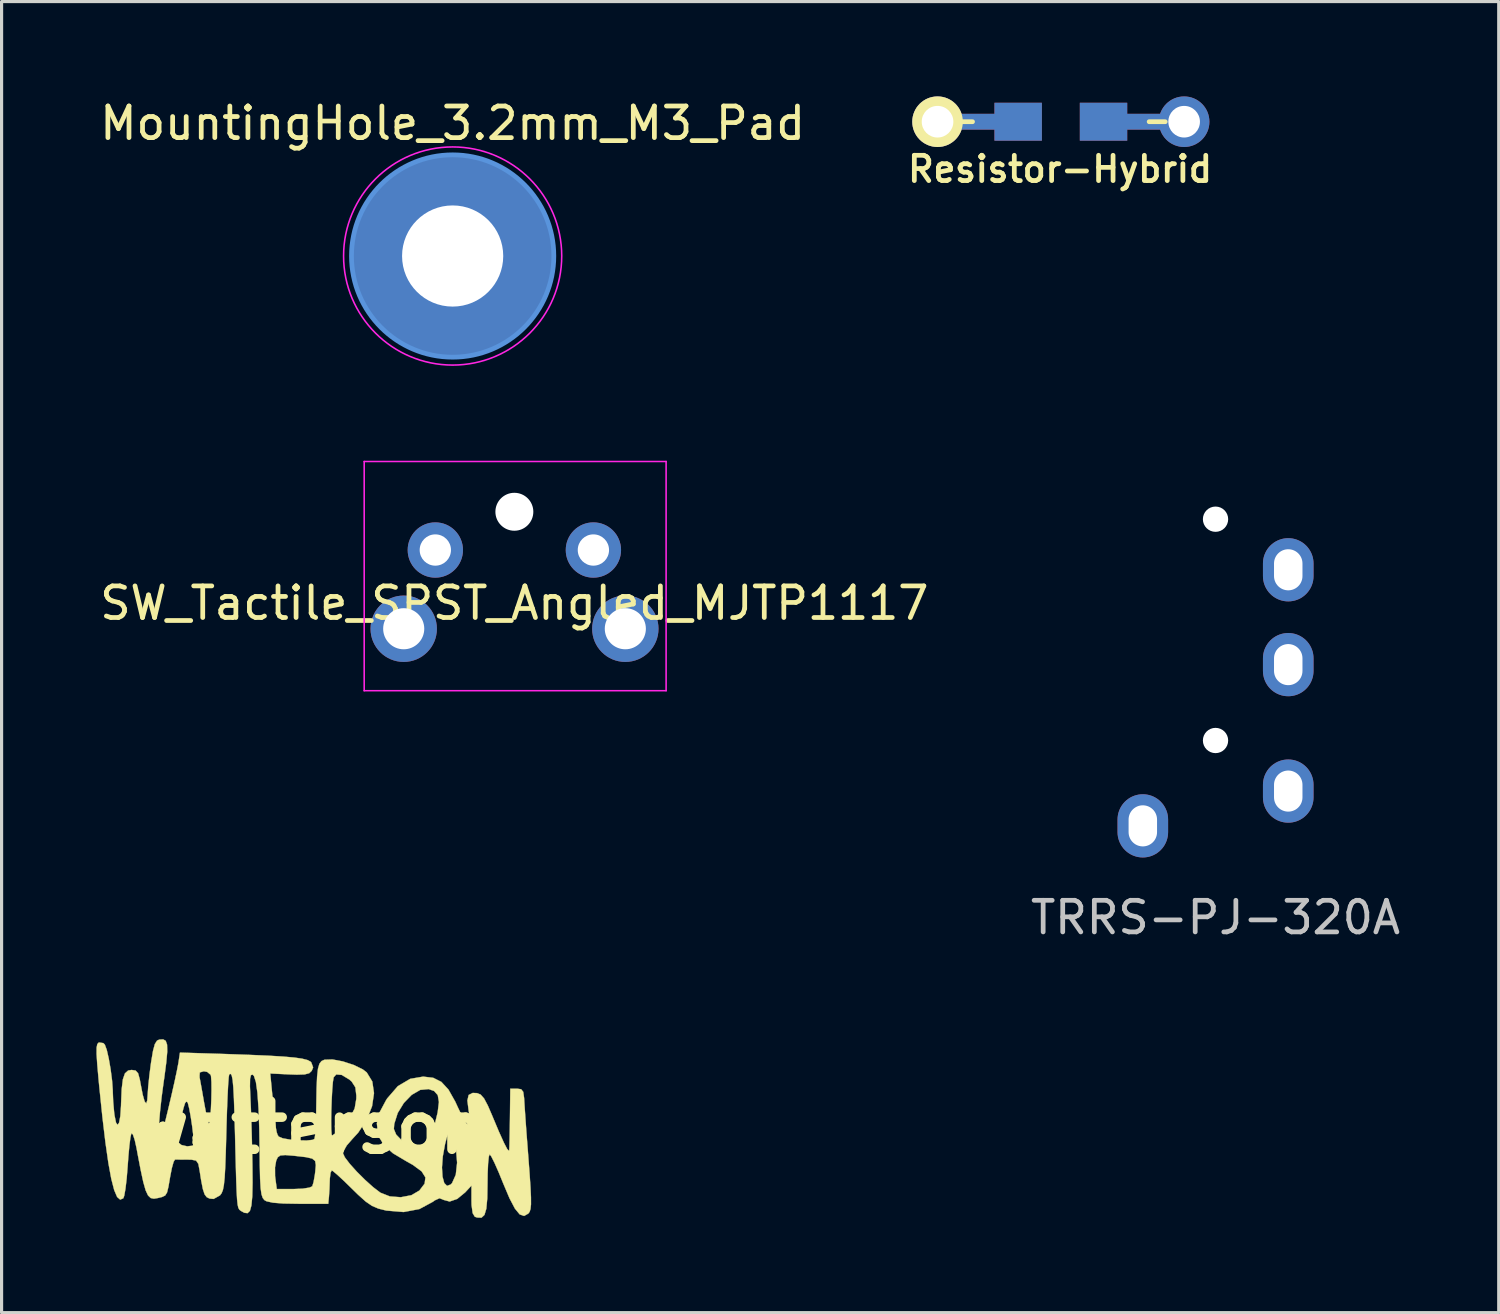
<source format=kicad_pcb>
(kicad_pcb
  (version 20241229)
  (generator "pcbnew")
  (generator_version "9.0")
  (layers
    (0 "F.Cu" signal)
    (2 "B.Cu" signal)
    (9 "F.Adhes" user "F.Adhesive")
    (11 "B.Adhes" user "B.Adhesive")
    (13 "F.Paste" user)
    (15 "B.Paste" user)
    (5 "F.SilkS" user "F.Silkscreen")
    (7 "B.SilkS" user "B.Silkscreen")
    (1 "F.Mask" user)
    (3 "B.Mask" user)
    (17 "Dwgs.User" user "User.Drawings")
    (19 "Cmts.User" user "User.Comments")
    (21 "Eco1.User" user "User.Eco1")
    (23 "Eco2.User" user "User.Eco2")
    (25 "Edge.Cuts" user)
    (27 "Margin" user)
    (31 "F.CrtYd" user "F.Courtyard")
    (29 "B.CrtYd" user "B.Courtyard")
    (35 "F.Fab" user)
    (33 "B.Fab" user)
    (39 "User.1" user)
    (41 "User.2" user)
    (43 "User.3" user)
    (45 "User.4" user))
  (footprint "Resistor-Hybrid"
    (layer "F.Cu")
    (at 30.506 0.8)
    (property "Reference" "Resistor-Hybrid" (at -0.025 1.5 0) (layer "F.SilkS") (effects (font (size 0.8 0.8) (thickness 0.15))))
    (attr smd)
    (fp_line (start -3.302 0) (end -2.794 0) (stroke (width 0.15) (type solid)) (layer "F.SilkS"))
    (fp_line (start 2.794 0) (end 3.302 0) (stroke (width 0.15) (type solid)) (layer "F.SilkS"))
    (pad "1" smd rect (at 1.35 0) (size 1.5 1.2) (layers "F.Cu" "F.Mask" "F.Paste"))
    (pad "1" smd rect (at 1.35 0) (size 1.5 1.2) (layers "B.Cu" "B.Mask" "B.Paste"))
    (pad "1" smd rect (at 2.5 0) (size 2.9 0.5) (layers "F.Cu"))
    (pad "1" smd rect (at 2.5 0) (size 2.9 0.5) (layers "B.Cu"))
    (pad "1" thru_hole circle (at 3.9 0) (size 1.6 1.6) (drill 1) (layers "*.Cu" "*.Mask"))
    (pad "2" thru_hole circle (at -3.9 0) (size 1.6 1.6) (drill 1) (layers "*.Cu" "*.Mask" "F.SilkS"))
    (pad "2" smd rect (at -2.5 0) (size 2.9 0.5) (layers "F.Cu"))
    (pad "2" smd rect (at -2.5 0) (size 2.9 0.5) (layers "B.Cu"))
    (pad "2" smd rect (at -1.35 0) (size 1.5 1.2) (layers "F.Cu" "F.Mask" "F.Paste"))
    (pad "2" smd rect (at -1.35 0) (size 1.5 1.2) (layers "B.Cu" "B.Mask" "B.Paste")))
  (footprint "MountingHole_3.2mm_M3_Pad"
    (layer "F.Cu")
    (at 11.268 5.048)
    (property "Reference" "MountingHole_3.2mm_M3_Pad" (at 0 -4.2 0) (layer "F.SilkS") (effects (font (size 1 1) (thickness 0.15))))
    (attr through_hole)
    (fp_circle (center 0 0) (end 3.2 0) (stroke (width 0.15) (type solid)) (fill no) (layer "Cmts.User"))
    (fp_circle (center 0 0) (end 3.45 0) (stroke (width 0.05) (type solid)) (fill no) (layer "F.CrtYd"))
    (pad "1" thru_hole circle (at 0 0) (size 6.4 6.4) (drill 3.2) (layers "*.Cu" "*.Mask")))
  (footprint "SW_Tactile_SPST_Angled_MJTP1117"
    (layer "F.Cu")
    (at 10.72 14.348)
    (property "Reference" "SW_Tactile_SPST_Angled_MJTP1117" (at 2.5 1.68 0) (layer "F.SilkS") (effects (font (size 1 1) (thickness 0.15))))
    (attr through_hole)
    (fp_line (start -2.25 -2.8) (end 7.3 -2.8) (stroke (width 0.05) (type solid)) (layer "F.CrtYd"))
    (fp_line (start -2.25 4.45) (end -2.25 -2.8) (stroke (width 0.05) (type solid)) (layer "F.CrtYd"))
    (fp_line (start 7.3 -2.8) (end 7.3 4.45) (stroke (width 0.05) (type solid)) (layer "F.CrtYd"))
    (fp_line (start 7.3 4.45) (end -2.25 4.45) (stroke (width 0.05) (type solid)) (layer "F.CrtYd"))
    (pad "" thru_hole circle (at -1 2.49) (size 2.1 2.1) (drill 1.3) (layers "*.Cu" "*.Mask"))
    (pad "" np_thru_hole circle (at 2.5 -1.21) (size 1.2 1.2) (drill 1.2) (layers "*.Cu" "*.Mask"))
    (pad "" thru_hole circle (at 6.01 2.49) (size 2.1 2.1) (drill 1.3) (layers "*.Cu" "*.Mask"))
    (pad "1" thru_hole circle (at 0 0) (size 1.75 1.75) (drill 0.99) (layers "*.Cu" "*.Mask"))
    (pad "2" thru_hole circle (at 5 0) (size 1.75 1.75) (drill 0.99) (layers "*.Cu" "*.Mask")))
  (footprint "TRRS-PJ-320A"
    (layer "F.Cu")
    (at 35.399 11.773)
    (property "Reference" "TRRS-PJ-320A" (at 0 14.2 0) (layer "Dwgs.User") (effects (font (size 1 1) (thickness 0.15))))
    (attr through_hole)
    (pad "" np_thru_hole circle (at 0 1.6) (size 0.8 0.8) (drill 0.8) (layers "*.Cu" "*.Mask"))
    (pad "" np_thru_hole circle (at 0 8.6) (size 0.8 0.8) (drill 0.8) (layers "*.Cu" "*.Mask"))
    (pad "1" thru_hole oval (at -2.3 11.3) (size 1.6 2) (drill oval 0.9 1.3) (layers "*.Cu" "*.Mask"))
    (pad "2" thru_hole oval (at 2.3 10.2) (size 1.6 2) (drill oval 0.9 1.3) (layers "*.Cu" "*.Mask"))
    (pad "3" thru_hole oval (at 2.3 6.2) (size 1.6 2) (drill oval 0.9 1.3) (layers "*.Cu" "*.Mask"))
    (pad "4" thru_hole oval (at 2.3 3.2) (size 1.6 2) (drill oval 0.9 1.3) (layers "*.Cu" "*.Mask")))
  (footprint "watterson"
    (layer "F.Cu")
    (at 6.783 32.614)
    (property "Reference" "watterson" (at 0 0 0) (layer "F.SilkS") (effects (font (size 1.524 1.524) (thickness 0.3))))
    (attr through_hole)
    (fp_poly (pts (xy -4.591 -2.741) (xy -4.548 -2.619) (xy -4.543 -2.4) (xy -4.573 -2.062) (xy -4.635 -1.586) (xy -4.659 -1.422) (xy -4.722 -0.951) (xy -4.771 -0.507) (xy -4.802 -0.134) (xy -4.812 0.128) (xy -4.81 0.179) (xy -4.796 0.308) (xy -4.773 0.345) (xy -4.735 0.275) (xy -4.677 0.081) (xy -4.592 -0.251) (xy -4.509 -0.593) (xy -4.404 -1.04) (xy -4.31 -1.455) (xy -4.278 -1.604) (xy -3.523 -1.604) (xy -3.52 -1.587) (xy -3.487 -1.409) (xy -3.436 -1.125) (xy -3.38 -0.804) (xy -3.323 -0.498) (xy -3.269 -0.256) (xy -3.229 -0.129) (xy -3.227 -0.127) (xy -3.203 -0.164) (xy -3.18 -0.328) (xy -3.162 -0.579) (xy -3.149 -0.875) (xy -3.143 -1.174) (xy -3.145 -1.436) (xy -3.158 -1.618) (xy -3.169 -1.665) (xy -3.279 -1.758) (xy -3.386 -1.778) (xy -3.513 -1.742) (xy -3.523 -1.604) (xy -4.278 -1.604) (xy -4.237 -1.798) (xy -4.193 -2.025) (xy -4.188 -2.052) (xy -4.141 -2.369) (xy -2.727 -2.325) (xy -1.966 -2.298) (xy -1.357 -2.272) (xy -0.884 -2.244) (xy -0.53 -2.213) (xy -0.278 -2.177) (xy -0.112 -2.135) (xy -0.013 -2.085) (xy 0.012 -2.06) (xy 0.072 -1.9) (xy 0.027 -1.792) (xy -0.052 -1.717) (xy -0.197 -1.679) (xy -0.445 -1.671) (xy -0.674 -1.679) (xy -1.285 -1.708) (xy -1.229 -1.129) (xy -1.18 -0.623) (xy -1.142 -0.26) (xy -1.111 -0.014) (xy -1.083 0.141) (xy -1.054 0.231) (xy -1.021 0.282) (xy -1.015 0.289) (xy -0.887 0.343) (xy -0.659 0.383) (xy -0.388 0.407) (xy -0.13 0.411) (xy 0.056 0.391) (xy 0.113 0.362) (xy 0.133 0.25) (xy 0.151 0.005) (xy 0.16 -0.209) (xy 0.642 -0.209) (xy 0.645 0.056) (xy 0.657 0.221) (xy 0.67 0.254) (xy 0.759 0.198) (xy 0.914 0.056) (xy 0.989 -0.021) (xy 1.245 -0.327) (xy 1.386 -0.603) (xy 1.437 -0.906) (xy 1.439 -1.004) (xy 1.408 -1.27) (xy 1.291 -1.453) (xy 1.216 -1.518) (xy 0.976 -1.663) (xy 0.803 -1.678) (xy 0.721 -1.587) (xy 0.697 -1.443) (xy 0.676 -1.192) (xy 0.659 -0.875) (xy 0.647 -0.533) (xy 0.642 -0.209) (xy 0.16 -0.209) (xy 0.165 -0.336) (xy 0.172 -0.727) (xy 0.181 -1.24) (xy 0.197 -1.609) (xy 0.225 -1.859) (xy 0.27 -2.014) (xy 0.336 -2.1) (xy 0.429 -2.143) (xy 0.431 -2.143) (xy 0.682 -2.152) (xy 1.011 -2.09) (xy 1.352 -1.979) (xy 1.641 -1.839) (xy 1.767 -1.742) (xy 1.943 -1.454) (xy 1.997 -1.087) (xy 1.936 -0.674) (xy 1.768 -0.248) (xy 1.499 0.161) (xy 1.313 0.364) (xy 1.137 0.566) (xy 1.031 0.75) (xy 1.016 0.816) (xy 1.075 0.945) (xy 1.232 1.151) (xy 1.455 1.399) (xy 1.713 1.656) (xy 1.972 1.889) (xy 2.199 2.062) (xy 2.497 2.18) (xy 2.846 2.206) (xy 3.181 2.142) (xy 3.433 1.994) (xy 3.598 1.777) (xy 3.624 1.58) (xy 3.504 1.388) (xy 3.339 1.266) (xy 4.147 1.266) (xy 4.164 1.555) (xy 4.219 1.757) (xy 4.308 1.847) (xy 4.426 1.802) (xy 4.467 1.757) (xy 4.584 1.495) (xy 4.626 1.115) (xy 4.589 0.651) (xy 4.57 0.537) (xy 4.501 0.229) (xy 4.438 0.089) (xy 4.374 0.118) (xy 4.3 0.315) (xy 4.245 0.524) (xy 4.173 0.915) (xy 4.147 1.266) (xy 3.339 1.266) (xy 3.229 1.185) (xy 3.007 1.06) (xy 2.596 0.815) (xy 2.324 0.575) (xy 2.162 0.312) (xy 2.123 0.195) (xy 2.107 0.047) (xy 2.625 0.047) (xy 2.698 0.224) (xy 2.885 0.418) (xy 3.139 0.594) (xy 3.412 0.718) (xy 3.598 0.756) (xy 3.656 0.682) (xy 3.741 0.479) (xy 3.84 0.183) (xy 3.899 -0.019) (xy 4.011 -0.478) (xy 4.051 -0.806) (xy 4.014 -1.024) (xy 3.899 -1.154) (xy 3.726 -1.215) (xy 3.46 -1.189) (xy 3.188 -1.031) (xy 2.941 -0.776) (xy 2.747 -0.459) (xy 2.638 -0.115) (xy 2.625 0.047) (xy 2.107 0.047) (xy 2.087 -0.13) (xy 2.169 -0.47) (xy 2.379 -0.863) (xy 2.415 -0.919) (xy 2.752 -1.308) (xy 3.144 -1.539) (xy 3.553 -1.609) (xy 3.871 -1.571) (xy 4.128 -1.442) (xy 4.352 -1.199) (xy 4.566 -0.82) (xy 4.65 -0.637) (xy 4.812 -0.301) (xy 4.933 -0.117) (xy 5.008 -0.085) (xy 5.032 -0.208) (xy 4.999 -0.487) (xy 4.989 -0.546) (xy 4.951 -0.854) (xy 4.991 -1.028) (xy 5.119 -1.093) (xy 5.258 -1.087) (xy 5.37 -1.041) (xy 5.478 -0.919) (xy 5.599 -0.691) (xy 5.733 -0.381) (xy 5.947 0.129) (xy 6.107 0.483) (xy 6.212 0.685) (xy 6.267 0.737) (xy 6.274 0.72) (xy 6.28 0.605) (xy 6.286 0.359) (xy 6.292 0.021) (xy 6.297 -0.296) (xy 6.308 -1.228) (xy 6.519 -1.228) (xy 6.651 -1.21) (xy 6.717 -1.128) (xy 6.745 -0.935) (xy 6.75 -0.847) (xy 6.764 -0.627) (xy 6.788 -0.28) (xy 6.819 0.155) (xy 6.856 0.635) (xy 6.872 0.847) (xy 6.917 1.439) (xy 6.947 1.886) (xy 6.962 2.209) (xy 6.963 2.432) (xy 6.948 2.577) (xy 6.919 2.668) (xy 6.878 2.723) (xy 6.745 2.798) (xy 6.607 2.75) (xy 6.456 2.567) (xy 6.284 2.24) (xy 6.087 1.775) (xy 5.939 1.413) (xy 5.808 1.117) (xy 5.708 0.918) (xy 5.655 0.847) (xy 5.628 0.926) (xy 5.606 1.139) (xy 5.592 1.453) (xy 5.588 1.761) (xy 5.58 2.239) (xy 5.55 2.568) (xy 5.491 2.766) (xy 5.397 2.853) (xy 5.259 2.848) (xy 5.186 2.823) (xy 5.118 2.709) (xy 5.083 2.452) (xy 5.08 2.309) (xy 5.08 1.838) (xy 4.882 2.052) (xy 4.63 2.259) (xy 4.39 2.342) (xy 4.195 2.289) (xy 4.19 2.285) (xy 4.07 2.237) (xy 3.92 2.305) (xy 3.859 2.35) (xy 3.435 2.579) (xy 2.934 2.674) (xy 2.386 2.628) (xy 2.383 2.627) (xy 2.135 2.565) (xy 1.934 2.479) (xy 1.735 2.343) (xy 1.494 2.127) (xy 1.304 1.941) (xy 1.049 1.692) (xy 0.837 1.496) (xy 0.698 1.379) (xy 0.661 1.357) (xy 0.623 1.43) (xy 0.6 1.615) (xy 0.598 1.672) (xy 0.588 1.948) (xy 0.572 2.188) (xy 0.571 2.201) (xy 0.55 2.413) (xy -0.389 2.413) (xy -0.868 2.405) (xy -1.198 2.379) (xy -1.401 2.334) (xy -1.469 2.297) (xy -1.523 2.228) (xy -1.562 2.111) (xy -1.589 1.918) (xy -1.606 1.624) (xy -1.614 1.26) (xy -1.134 1.26) (xy -1.132 1.536) (xy -1.125 1.597) (xy -1.078 1.947) (xy -0.544 1.947) (xy -0.258 1.935) (xy -0.044 1.901) (xy 0.044 1.861) (xy 0.085 1.729) (xy 0.126 1.498) (xy 0.139 1.395) (xy 0.157 1.188) (xy 0.135 1.059) (xy 0.041 0.983) (xy -0.155 0.938) (xy -0.484 0.9) (xy -0.531 0.895) (xy -0.808 0.872) (xy -0.965 0.884) (xy -1.047 0.943) (xy -1.096 1.046) (xy -1.134 1.26) (xy -1.614 1.26) (xy -1.616 1.203) (xy -1.619 0.857) (xy -1.632 0.041) (xy -1.656 -0.61) (xy -1.691 -1.103) (xy -1.739 -1.441) (xy -1.8 -1.629) (xy -1.844 -1.674) (xy -1.896 -1.655) (xy -1.923 -1.54) (xy -1.927 -1.304) (xy -1.913 -0.961) (xy -1.897 -0.603) (xy -1.88 -0.129) (xy -1.865 0.409) (xy -1.853 0.958) (xy -1.849 1.163) (xy -1.844 1.743) (xy -1.853 2.171) (xy -1.88 2.464) (xy -1.928 2.638) (xy -2.002 2.71) (xy -2.104 2.698) (xy -2.182 2.656) (xy -2.229 2.627) (xy -2.266 2.594) (xy -2.295 2.537) (xy -2.317 2.436) (xy -2.334 2.273) (xy -2.348 2.028) (xy -2.361 1.683) (xy -2.374 1.216) (xy -2.39 0.611) (xy -2.399 0.224) (xy -2.417 -0.42) (xy -2.434 -0.912) (xy -2.453 -1.268) (xy -2.475 -1.506) (xy -2.503 -1.644) (xy -2.536 -1.697) (xy -2.578 -1.683) (xy -2.584 -1.677) (xy -2.599 -1.583) (xy -2.617 -1.345) (xy -2.635 -0.989) (xy -2.653 -0.538) (xy -2.669 -0.02) (xy -2.674 0.178) (xy -2.691 0.786) (xy -2.708 1.248) (xy -2.727 1.585) (xy -2.752 1.821) (xy -2.783 1.979) (xy -2.824 2.08) (xy -2.874 2.147) (xy -3.076 2.26) (xy -3.201 2.249) (xy -3.294 2.204) (xy -3.361 2.115) (xy -3.416 1.949) (xy -3.47 1.674) (xy -3.517 1.376) (xy -3.559 1.151) (xy -3.63 1.047) (xy -3.779 1.018) (xy -3.902 1.016) (xy -4.13 1.015) (xy -4.28 1.013) (xy -4.297 1.012) (xy -4.342 1.087) (xy -4.398 1.286) (xy -4.452 1.563) (xy -4.505 1.873) (xy -4.549 2.055) (xy -4.608 2.151) (xy -4.705 2.198) (xy -4.837 2.231) (xy -4.965 2.252) (xy -5.066 2.231) (xy -5.15 2.15) (xy -5.226 1.988) (xy -5.301 1.724) (xy -5.384 1.339) (xy -5.485 0.812) (xy -5.514 0.653) (xy -5.573 0.388) (xy -4.213 0.388) (xy -4.202 0.467) (xy -4.094 0.554) (xy -3.912 0.596) (xy -3.749 0.577) (xy -3.715 0.554) (xy -3.706 0.455) (xy -3.721 0.241) (xy -3.755 -0.039) (xy -3.799 -0.334) (xy -3.846 -0.592) (xy -3.889 -0.765) (xy -3.908 -0.804) (xy -3.944 -0.818) (xy -3.981 -0.767) (xy -4.027 -0.621) (xy -4.093 -0.354) (xy -4.15 -0.105) (xy -4.198 0.169) (xy -4.213 0.388) (xy -5.573 0.388) (xy -5.573 0.387) (xy -5.631 0.219) (xy -5.675 0.182) (xy -5.678 0.188) (xy -5.707 0.313) (xy -5.74 0.567) (xy -5.772 0.912) (xy -5.795 1.228) (xy -5.826 1.612) (xy -5.864 1.935) (xy -5.903 2.158) (xy -5.933 2.24) (xy -6.032 2.282) (xy -6.128 2.198) (xy -6.221 1.98) (xy -6.313 1.625) (xy -6.405 1.124) (xy -6.498 0.474) (xy -6.594 -0.332) (xy -6.694 -1.301) (xy -6.718 -1.555) (xy -6.758 -2.011) (xy -6.778 -2.326) (xy -6.777 -2.526) (xy -6.755 -2.637) (xy -6.711 -2.686) (xy -6.704 -2.689) (xy -6.564 -2.669) (xy -6.517 -2.62) (xy -6.456 -2.455) (xy -6.392 -2.175) (xy -6.333 -1.833) (xy -6.288 -1.484) (xy -6.266 -1.181) (xy -6.265 -1.127) (xy -6.253 -0.819) (xy -6.222 -0.474) (xy -6.211 -0.387) (xy -6.164 -0.155) (xy -6.113 -0.081) (xy -6.066 -0.153) (xy -6.027 -0.359) (xy -6.005 -0.687) (xy -6.003 -0.762) (xy -5.984 -1.215) (xy -5.946 -1.523) (xy -5.881 -1.711) (xy -5.781 -1.801) (xy -5.672 -1.82) (xy -5.543 -1.801) (xy -5.465 -1.715) (xy -5.411 -1.52) (xy -5.389 -1.397) (xy -5.32 -1.04) (xy -5.259 -0.826) (xy -5.209 -0.761) (xy -5.176 -0.854) (xy -5.164 -1.016) (xy -5.145 -1.29) (xy -5.107 -1.657) (xy -5.057 -2.04) (xy -5.052 -2.073) (xy -4.993 -2.424) (xy -4.935 -2.638) (xy -4.866 -2.747) (xy -4.795 -2.78) (xy -4.672 -2.787) (xy -4.591 -2.741)) (stroke (width 0.01) (type solid)) (fill yes) (layer "F.SilkS")))
  (gr_rect
    (start -3 -3)
    (end 44.357 38.472)
    (stroke (width 0.1) (type default))
    (fill no)
    (layer "Edge.Cuts")))
</source>
